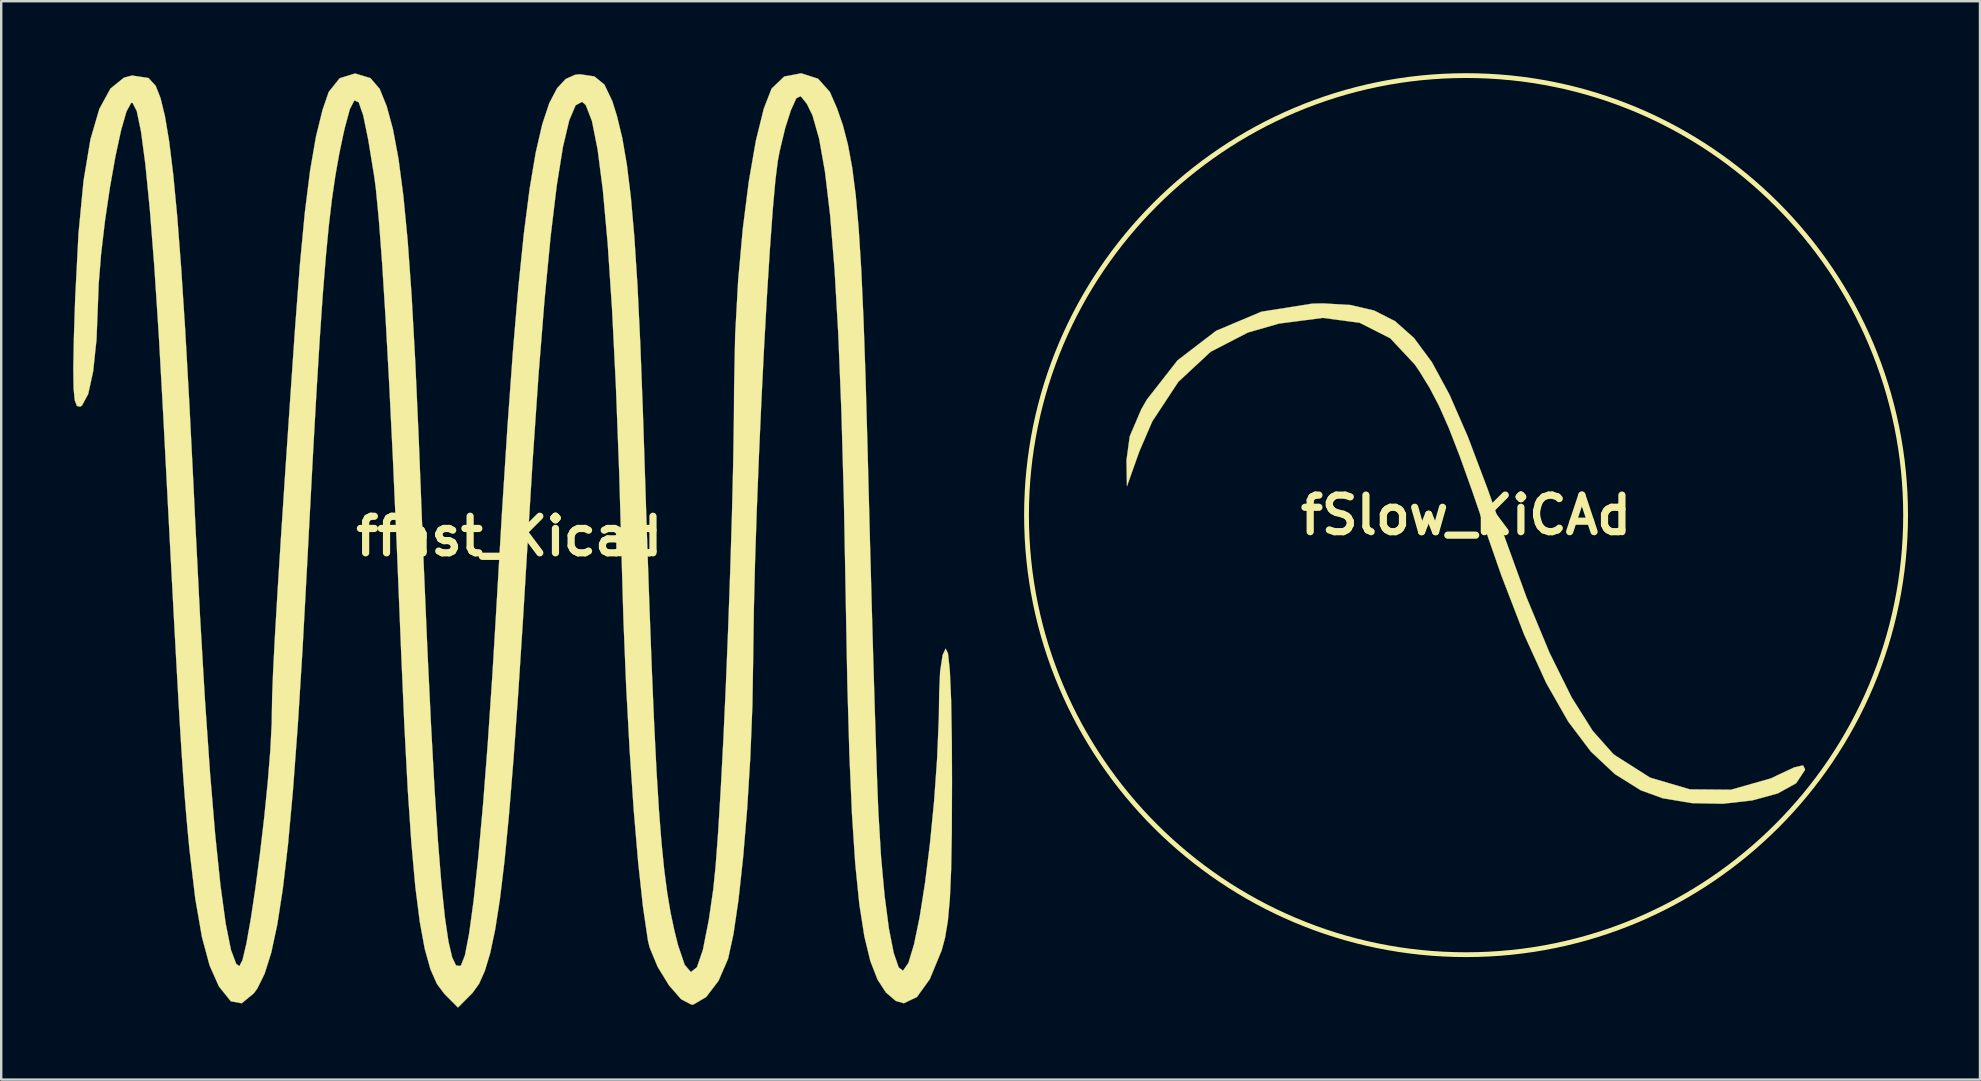
<source format=kicad_pcb>
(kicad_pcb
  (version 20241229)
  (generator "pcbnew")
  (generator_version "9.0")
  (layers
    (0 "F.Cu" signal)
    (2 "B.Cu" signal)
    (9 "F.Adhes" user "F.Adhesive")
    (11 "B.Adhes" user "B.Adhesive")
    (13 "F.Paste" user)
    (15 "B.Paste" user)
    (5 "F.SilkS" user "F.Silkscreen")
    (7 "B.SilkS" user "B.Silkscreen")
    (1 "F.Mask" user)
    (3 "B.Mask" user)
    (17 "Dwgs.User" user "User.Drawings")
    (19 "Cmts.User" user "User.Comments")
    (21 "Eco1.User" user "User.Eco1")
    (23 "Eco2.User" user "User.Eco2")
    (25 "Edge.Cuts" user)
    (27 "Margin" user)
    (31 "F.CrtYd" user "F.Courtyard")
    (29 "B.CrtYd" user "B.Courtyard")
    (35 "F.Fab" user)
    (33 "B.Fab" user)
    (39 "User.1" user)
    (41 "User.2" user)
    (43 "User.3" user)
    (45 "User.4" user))
  (footprint "ffast_Kicad"
    (layer "F.Cu")
    (at 18.173 19.297)
    (property "Reference" "ffast_Kicad" (at 0 0 0) (layer "F.SilkS") (effects (font (size 1.524 1.524) (thickness 0.3))))
    (attr through_hole)
    (fp_poly (pts (xy 12.867 -19.067) (xy 13.359 -18.515) (xy 13.652 -17.844) (xy 13.9 -17.131) (xy 14.11 -16.325) (xy 14.287 -15.372) (xy 14.435 -14.22) (xy 14.559 -12.817) (xy 14.666 -11.111) (xy 14.76 -9.049) (xy 14.846 -6.579) (xy 14.929 -3.649) (xy 14.965 -2.273) (xy 15.029 0.202) (xy 15.096 2.648) (xy 15.162 4.982) (xy 15.227 7.119) (xy 15.286 8.974) (xy 15.337 10.463) (xy 15.379 11.497) (xy 15.49 13.35) (xy 15.64 14.99) (xy 15.819 16.349) (xy 16.018 17.363) (xy 16.226 17.966) (xy 16.406 18.104) (xy 16.631 17.779) (xy 16.866 17.003) (xy 17.101 15.86) (xy 17.326 14.432) (xy 17.529 12.803) (xy 17.7 11.056) (xy 17.827 9.275) (xy 17.9 7.543) (xy 17.914 6.527) (xy 17.953 5.625) (xy 18.056 4.953) (xy 18.181 4.679) (xy 18.28 4.876) (xy 18.357 5.597) (xy 18.411 6.83) (xy 18.441 8.564) (xy 18.448 10.23) (xy 18.44 12.282) (xy 18.412 13.879) (xy 18.359 15.1) (xy 18.276 16.025) (xy 18.158 16.732) (xy 18.014 17.264) (xy 17.52 18.459) (xy 16.985 19.201) (xy 16.439 19.459) (xy 16.105 19.362) (xy 15.696 19.013) (xy 15.345 18.473) (xy 15.046 17.705) (xy 14.795 16.67) (xy 14.586 15.33) (xy 14.416 13.647) (xy 14.28 11.583) (xy 14.172 9.099) (xy 14.087 6.158) (xy 14.022 2.721) (xy 14.022 2.674) (xy 13.942 -1.534) (xy 13.838 -5.225) (xy 13.709 -8.417) (xy 13.553 -11.13) (xy 13.369 -13.381) (xy 13.155 -15.187) (xy 12.911 -16.568) (xy 12.634 -17.54) (xy 12.396 -18.025) (xy 12.143 -18.339) (xy 11.961 -18.254) (xy 11.736 -17.758) (xy 11.498 -17.016) (xy 11.267 -16.052) (xy 11.189 -15.641) (xy 11.088 -14.837) (xy 10.976 -13.58) (xy 10.858 -11.951) (xy 10.737 -10.032) (xy 10.618 -7.903) (xy 10.505 -5.646) (xy 10.402 -3.343) (xy 10.312 -1.074) (xy 10.24 1.08) (xy 10.191 3.036) (xy 10.167 4.713) (xy 10.165 4.946) (xy 10.13 7.047) (xy 10.043 9.216) (xy 9.912 11.354) (xy 9.745 13.361) (xy 9.552 15.136) (xy 9.341 16.58) (xy 9.119 17.592) (xy 9.112 17.616) (xy 8.72 18.522) (xy 8.205 19.199) (xy 7.674 19.511) (xy 7.592 19.518) (xy 7.161 19.292) (xy 6.657 18.716) (xy 6.184 17.947) (xy 5.848 17.137) (xy 5.777 16.844) (xy 5.571 15.444) (xy 5.371 13.598) (xy 5.184 11.395) (xy 5.015 8.923) (xy 4.871 6.271) (xy 4.758 3.528) (xy 4.701 1.604) (xy 4.582 -2.579) (xy 4.441 -6.279) (xy 4.28 -9.49) (xy 4.099 -12.205) (xy 3.899 -14.417) (xy 3.68 -16.119) (xy 3.444 -17.304) (xy 3.189 -17.965) (xy 3.035 -18.105) (xy 2.763 -17.959) (xy 2.497 -17.334) (xy 2.235 -16.221) (xy 1.977 -14.614) (xy 1.723 -12.505) (xy 1.471 -9.888) (xy 1.22 -6.756) (xy 0.969 -3.101) (xy 0.796 -0.267) (xy 0.573 3.42) (xy 0.367 6.61) (xy 0.171 9.339) (xy -0.017 11.645) (xy -0.204 13.565) (xy -0.393 15.134) (xy -0.589 16.391) (xy -0.797 17.372) (xy -1.02 18.114) (xy -1.264 18.655) (xy -1.534 19.03) (xy -1.574 19.071) (xy -2.139 19.637) (xy -2.704 19.071) (xy -3.016 18.654) (xy -3.287 18.04) (xy -3.525 17.188) (xy -3.732 16.056) (xy -3.916 14.603) (xy -4.08 12.786) (xy -4.231 10.566) (xy -4.372 7.899) (xy -4.51 4.745) (xy -4.529 4.278) (xy -4.691 0.338) (xy -4.85 -3.22) (xy -5.006 -6.373) (xy -5.156 -9.098) (xy -5.299 -11.371) (xy -5.434 -13.169) (xy -5.559 -14.468) (xy -5.625 -14.973) (xy -5.876 -16.512) (xy -6.088 -17.543) (xy -6.276 -18.086) (xy -6.456 -18.164) (xy -6.644 -17.8) (xy -6.856 -17.016) (xy -6.911 -16.777) (xy -7.088 -15.93) (xy -7.245 -15.045) (xy -7.388 -14.069) (xy -7.521 -12.95) (xy -7.647 -11.635) (xy -7.773 -10.07) (xy -7.901 -8.203) (xy -8.037 -5.981) (xy -8.185 -3.351) (xy -8.349 -0.259) (xy -8.418 1.069) (xy -8.617 4.725) (xy -8.814 7.88) (xy -9.014 10.569) (xy -9.22 12.826) (xy -9.437 14.687) (xy -9.669 16.184) (xy -9.92 17.353) (xy -10.195 18.227) (xy -10.498 18.842) (xy -10.65 19.05) (xy -11.151 19.46) (xy -11.604 19.377) (xy -12.081 18.785) (xy -12.111 18.736) (xy -12.487 17.891) (xy -12.808 16.699) (xy -13.085 15.103) (xy -13.329 13.047) (xy -13.401 12.299) (xy -13.464 11.586) (xy -13.524 10.855) (xy -13.584 10.054) (xy -13.647 9.132) (xy -13.716 8.037) (xy -13.793 6.718) (xy -13.882 5.123) (xy -13.987 3.2) (xy -14.109 0.899) (xy -14.253 -1.832) (xy -14.42 -5.046) (xy -14.422 -5.08) (xy -14.607 -8.399) (xy -14.793 -11.247) (xy -14.979 -13.613) (xy -15.164 -15.488) (xy -15.346 -16.861) (xy -15.525 -17.722) (xy -15.7 -18.062) (xy -15.758 -18.057) (xy -15.952 -17.703) (xy -16.176 -16.926) (xy -16.412 -15.834) (xy -16.642 -14.538) (xy -16.848 -13.147) (xy -17.01 -11.769) (xy -17.111 -10.515) (xy -17.135 -9.871) (xy -17.201 -8.201) (xy -17.342 -6.866) (xy -17.548 -5.927) (xy -17.809 -5.444) (xy -17.884 -5.401) (xy -18.018 -5.43) (xy -18.108 -5.664) (xy -18.157 -6.171) (xy -18.168 -7.015) (xy -18.144 -8.262) (xy -18.09 -9.925) (xy -17.951 -12.624) (xy -17.741 -14.819) (xy -17.454 -16.539) (xy -17.083 -17.809) (xy -16.62 -18.657) (xy -16.058 -19.111) (xy -15.724 -19.2) (xy -15.036 -19.097) (xy -14.735 -18.771) (xy -14.535 -18.265) (xy -14.349 -17.502) (xy -14.173 -16.448) (xy -14.004 -15.07) (xy -13.839 -13.336) (xy -13.676 -11.211) (xy -13.51 -8.663) (xy -13.34 -5.66) (xy -13.163 -2.168) (xy -13.091 -0.668) (xy -12.89 3.295) (xy -12.683 6.808) (xy -12.471 9.861) (xy -12.255 12.441) (xy -12.037 14.538) (xy -11.818 16.141) (xy -11.598 17.238) (xy -11.379 17.818) (xy -11.249 17.914) (xy -11.119 17.663) (xy -10.956 16.974) (xy -10.772 15.94) (xy -10.579 14.656) (xy -10.389 13.216) (xy -10.213 11.714) (xy -10.066 10.245) (xy -9.957 8.903) (xy -9.9 7.781) (xy -9.894 7.353) (xy -9.882 6.656) (xy -9.841 5.614) (xy -9.768 4.2) (xy -9.662 2.385) (xy -9.521 0.143) (xy -9.344 -2.555) (xy -9.129 -5.736) (xy -8.926 -8.689) (xy -8.725 -11.327) (xy -8.52 -13.492) (xy -8.3 -15.245) (xy -8.058 -16.647) (xy -7.785 -17.761) (xy -7.526 -18.515) (xy -7.068 -19.088) (xy -6.426 -19.285) (xy -5.787 -19.093) (xy -5.404 -18.649) (xy -5.109 -17.922) (xy -4.849 -16.967) (xy -4.62 -15.743) (xy -4.417 -14.206) (xy -4.235 -12.316) (xy -4.071 -10.03) (xy -3.92 -7.307) (xy -3.776 -4.105) (xy -3.73 -2.941) (xy -3.567 1.169) (xy -3.411 4.767) (xy -3.261 7.877) (xy -3.116 10.52) (xy -2.972 12.721) (xy -2.828 14.501) (xy -2.683 15.885) (xy -2.534 16.894) (xy -2.38 17.552) (xy -2.219 17.882) (xy -2.048 17.906) (xy -2.011 17.875) (xy -1.849 17.46) (xy -1.673 16.548) (xy -1.486 15.173) (xy -1.293 13.372) (xy -1.095 11.183) (xy -0.898 8.64) (xy -0.705 5.78) (xy -0.543 3.075) (xy -0.304 -1.014) (xy -0.074 -4.597) (xy 0.151 -7.706) (xy 0.377 -10.369) (xy 0.607 -12.618) (xy 0.847 -14.48) (xy 1.1 -15.987) (xy 1.373 -17.168) (xy 1.668 -18.054) (xy 1.992 -18.672) (xy 2.349 -19.055) (xy 2.742 -19.231) (xy 2.949 -19.251) (xy 3.548 -19.162) (xy 3.964 -18.822) (xy 4.296 -18.124) (xy 4.486 -17.513) (xy 4.707 -16.598) (xy 4.899 -15.489) (xy 5.065 -14.13) (xy 5.211 -12.47) (xy 5.341 -10.455) (xy 5.458 -8.033) (xy 5.568 -5.149) (xy 5.61 -3.877) (xy 5.729 -0.258) (xy 5.837 2.872) (xy 5.939 5.557) (xy 6.037 7.842) (xy 6.134 9.772) (xy 6.234 11.394) (xy 6.34 12.75) (xy 6.454 13.887) (xy 6.58 14.849) (xy 6.72 15.682) (xy 6.879 16.43) (xy 7.033 17.045) (xy 7.307 17.854) (xy 7.568 18.159) (xy 7.82 17.955) (xy 8.067 17.234) (xy 8.313 15.989) (xy 8.5 14.705) (xy 8.598 13.741) (xy 8.703 12.327) (xy 8.811 10.548) (xy 8.919 8.491) (xy 9.023 6.239) (xy 9.119 3.878) (xy 9.204 1.493) (xy 9.276 -0.831) (xy 9.329 -3.008) (xy 9.36 -4.955) (xy 9.367 -6.149) (xy 9.412 -8.401) (xy 9.536 -10.65) (xy 9.729 -12.806) (xy 9.979 -14.78) (xy 10.274 -16.481) (xy 10.605 -17.82) (xy 10.93 -18.655) (xy 11.455 -19.158) (xy 12.165 -19.292) (xy 12.867 -19.067)) (stroke (width 0.01) (type solid)) (fill yes) (layer "F.SilkS")))
  (footprint "fSlow_KiCAd"
    (layer "F.Cu")
    (at 58.042 18.416)
    (property "Reference" "fSlow_KiCAd" (at 0 0 0) (layer "F.SilkS") (effects (font (size 1.524 1.524) (thickness 0.3))))
    (attr through_hole)
    (fp_circle (center 0 0) (end 18.316 0) (stroke (width 0.2) (type solid)) (fill no) (layer "F.SilkS"))
    (fp_poly (pts (xy -4.815 -8.756) (xy -3.827 -8.525) (xy -2.957 -8.082) (xy -2.168 -7.381) (xy -1.425 -6.376) (xy -0.69 -5.02) (xy 0.075 -3.267) (xy 0.905 -1.07) (xy 1.479 0.563) (xy 2.511 3.406) (xy 3.481 5.742) (xy 4.399 7.594) (xy 5.276 8.987) (xy 6.125 9.943) (xy 6.182 9.992) (xy 7.671 10.939) (xy 9.327 11.427) (xy 11.041 11.442) (xy 12.7 10.971) (xy 12.936 10.858) (xy 13.676 10.511) (xy 14.044 10.427) (xy 14.124 10.587) (xy 14.118 10.626) (xy 13.756 11.172) (xy 12.987 11.597) (xy 11.93 11.887) (xy 10.7 12.027) (xy 9.417 12.002) (xy 8.196 11.798) (xy 7.282 11.467) (xy 6.199 10.79) (xy 5.2 9.852) (xy 4.257 8.603) (xy 3.341 6.997) (xy 2.423 4.985) (xy 1.473 2.518) (xy 0.922 0.936) (xy 0.265 -0.981) (xy -0.27 -2.475) (xy -0.721 -3.636) (xy -1.125 -4.55) (xy -1.52 -5.306) (xy -1.943 -5.993) (xy -2.132 -6.273) (xy -3.158 -7.368) (xy -4.433 -8.016) (xy -5.973 -8.219) (xy -7.795 -7.982) (xy -9.091 -7.609) (xy -10.643 -6.808) (xy -11.99 -5.554) (xy -13.076 -3.906) (xy -13.62 -2.643) (xy -14.131 -1.203) (xy -14.151 -2.284) (xy -14.015 -3.286) (xy -13.534 -4.409) (xy -13.302 -4.814) (xy -12.022 -6.452) (xy -10.416 -7.681) (xy -8.53 -8.477) (xy -6.41 -8.813) (xy -5.959 -8.823) (xy -4.815 -8.756)) (stroke (width 0.01) (type solid)) (fill yes) (layer "F.SilkS")))
  (gr_rect
    (start -3 -3)
    (end 79.458 41.938)
    (stroke (width 0.1) (type default))
    (fill no)
    (layer "Edge.Cuts")))
</source>
